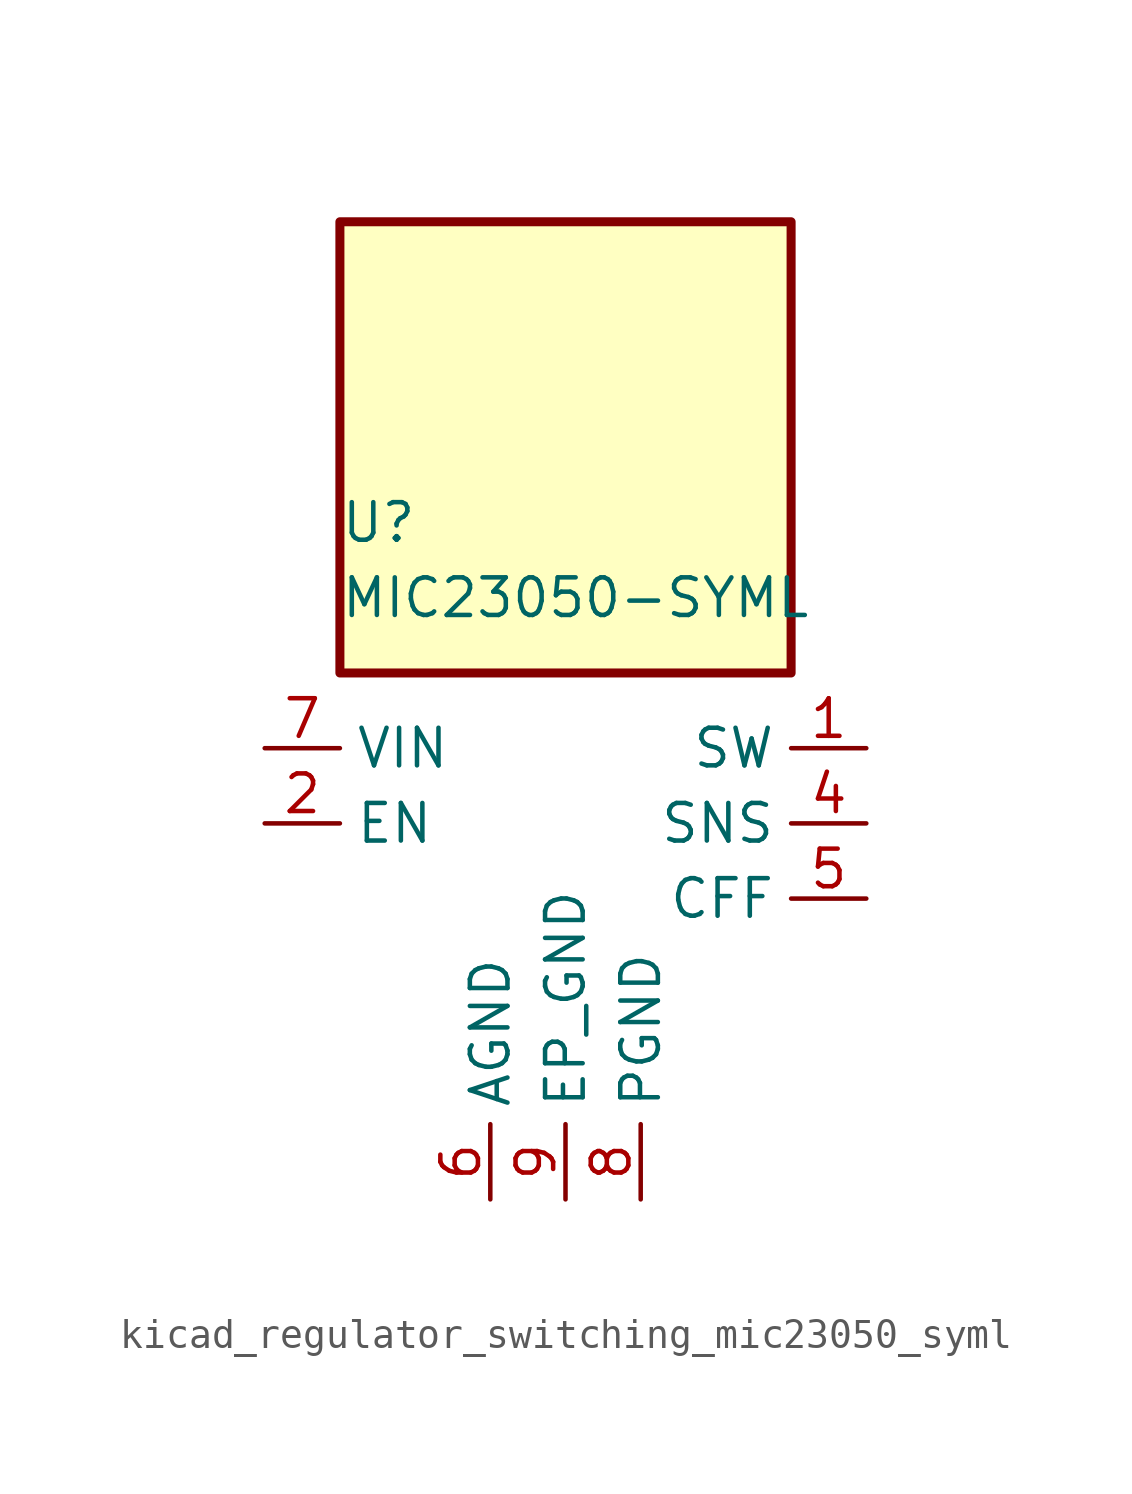
<source format=kicad_sym>
(kicad_symbol_lib
  (version 20220914)
  (generator kicad_symbol_editor)
  (symbol "kicad_regulator_switching_mic23050_syml"
    (property "Reference" "U"
      (at -7.62 12.7 0)
      (effects (font (size 1.27 1.27)) (justify left)))
    (property "Value" "MIC23050-SYML"
      (at -7.62 10.16 0)
      (effects (font (size 1.27 1.27)) (justify left)))
    (symbol "kicad_regulator_switching_mic23050_syml_0_0"
      (pin power_in line (at 0 -10.16 90) (length 2.54) (name "EP_GND" (effects (font (size 1.27 1.27)))) (number "9" (effects (font (size 1.27 1.27))))))
    (symbol "kicad_regulator_switching_mic23050_syml_1_1"
      (rectangle (start 7.62 22.86) (end -7.62 7.62) (stroke (width 0.305) (type default)) (fill (type background)))
      (pin output line (at 10.16 5.08 180) (length 2.54) (name "SW" (effects (font (size 1.27 1.27)))) (number "1" (effects (font (size 1.27 1.27)))))
      (pin input line (at -10.16 2.54 0) (length 2.54) (name "EN" (effects (font (size 1.27 1.27)))) (number "2" (effects (font (size 1.27 1.27)))))
      (pin no_connect line (at -7.62 0 0) (length 2.54) hide (name "NC" (effects (font (size 1.27 1.27)))) (number "3" (effects (font (size 1.27 1.27)))))
      (pin input line (at 10.16 2.54 180) (length 2.54) (name "SNS" (effects (font (size 1.27 1.27)))) (number "4" (effects (font (size 1.27 1.27)))))
      (pin output line (at 10.16 0 180) (length 2.54) (name "CFF" (effects (font (size 1.27 1.27)))) (number "5" (effects (font (size 1.27 1.27)))))
      (pin power_in line (at -2.54 -10.16 90) (length 2.54) (name "AGND" (effects (font (size 1.27 1.27)))) (number "6" (effects (font (size 1.27 1.27)))))
      (pin power_in line (at -10.16 5.08 0) (length 2.54) (name "VIN" (effects (font (size 1.27 1.27)))) (number "7" (effects (font (size 1.27 1.27)))))
      (pin power_in line (at 2.54 -10.16 90) (length 2.54) (name "PGND" (effects (font (size 1.27 1.27)))) (number "8" (effects (font (size 1.27 1.27))))))))
</source>
